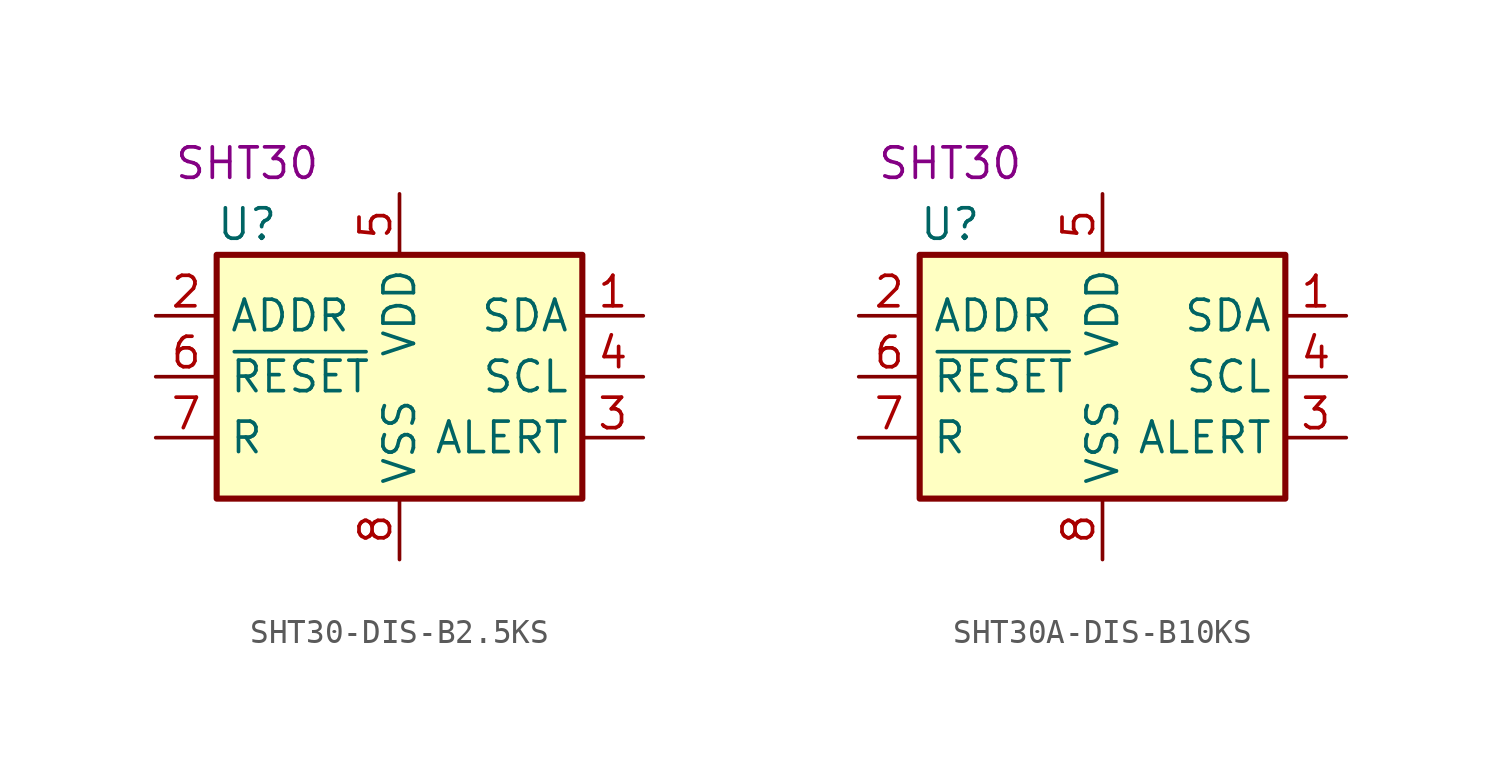
<source format=kicad_sym>
(kicad_symbol_lib
  (version 20231120)
  (generator "kicad_symbol_editor")
  (generator_version "8.0")
  (symbol "SHT30-DIS-B2.5KS"
    (property "Reference" "U"
      (at -6.35 6.35 0)
      (effects (font (size 1.27 1.27))))
    (property "UserValue" "SHT30"
      (at -6.35 8.89 0)
      (effects (font (size 1.27 1.27))))
    (symbol "SHT30-DIS-B2.5KS_0_1"
      (rectangle (start -7.62 5.08) (end 7.62 -5.08) (stroke (width 0.254) (type default)) (fill (type background))))
    (symbol "SHT30-DIS-B2.5KS_1_1"
      (pin bidirectional line (at 10.16 2.54 180) (length 2.54) (name "SDA" (effects (font (size 1.27 1.27)))) (number "1" (effects (font (size 1.27 1.27)))))
      (pin input line (at -10.16 2.54 0) (length 2.54) (name "ADDR" (effects (font (size 1.27 1.27)))) (number "2" (effects (font (size 1.27 1.27)))))
      (pin output line (at 10.16 -2.54 180) (length 2.54) (name "ALERT" (effects (font (size 1.27 1.27)))) (number "3" (effects (font (size 1.27 1.27)))))
      (pin input line (at 10.16 0 180) (length 2.54) (name "SCL" (effects (font (size 1.27 1.27)))) (number "4" (effects (font (size 1.27 1.27)))))
      (pin power_in line (at 0 7.62 270) (length 2.54) (name "VDD" (effects (font (size 1.27 1.27)))) (number "5" (effects (font (size 1.27 1.27)))))
      (pin input line (at -10.16 0 0) (length 2.54) (name "~{RESET}" (effects (font (size 1.27 1.27)))) (number "6" (effects (font (size 1.27 1.27)))))
      (pin passive line (at -10.16 -2.54 0) (length 2.54) (name "R" (effects (font (size 1.27 1.27)))) (number "7" (effects (font (size 1.27 1.27)))))
      (pin power_in line (at 0 -7.62 90) (length 2.54) (name "VSS" (effects (font (size 1.27 1.27)))) (number "8" (effects (font (size 1.27 1.27)))))
      (pin passive line (at 0 -7.62 90) (length 2.54) hide (name "VSS" (effects (font (size 1.27 1.27)))) (number "9" (effects (font (size 1.27 1.27)))))))
  (symbol "SHT30A-DIS-B10KS"
    (property "Reference" "U"
      (at -6.35 6.35 0)
      (effects (font (size 1.27 1.27))))
    (property "UserValue" "SHT30"
      (at -6.35 8.89 0)
      (effects (font (size 1.27 1.27))))
    (symbol "SHT30A-DIS-B10KS_0_1"
      (rectangle (start -7.62 5.08) (end 7.62 -5.08) (stroke (width 0.254) (type default)) (fill (type background))))
    (symbol "SHT30A-DIS-B10KS_1_1"
      (pin bidirectional line (at 10.16 2.54 180) (length 2.54) (name "SDA" (effects (font (size 1.27 1.27)))) (number "1" (effects (font (size 1.27 1.27)))))
      (pin input line (at -10.16 2.54 0) (length 2.54) (name "ADDR" (effects (font (size 1.27 1.27)))) (number "2" (effects (font (size 1.27 1.27)))))
      (pin output line (at 10.16 -2.54 180) (length 2.54) (name "ALERT" (effects (font (size 1.27 1.27)))) (number "3" (effects (font (size 1.27 1.27)))))
      (pin input line (at 10.16 0 180) (length 2.54) (name "SCL" (effects (font (size 1.27 1.27)))) (number "4" (effects (font (size 1.27 1.27)))))
      (pin power_in line (at 0 7.62 270) (length 2.54) (name "VDD" (effects (font (size 1.27 1.27)))) (number "5" (effects (font (size 1.27 1.27)))))
      (pin input line (at -10.16 0 0) (length 2.54) (name "~{RESET}" (effects (font (size 1.27 1.27)))) (number "6" (effects (font (size 1.27 1.27)))))
      (pin passive line (at -10.16 -2.54 0) (length 2.54) (name "R" (effects (font (size 1.27 1.27)))) (number "7" (effects (font (size 1.27 1.27)))))
      (pin power_in line (at 0 -7.62 90) (length 2.54) (name "VSS" (effects (font (size 1.27 1.27)))) (number "8" (effects (font (size 1.27 1.27)))))
      (pin passive line (at 0 -7.62 90) (length 2.54) hide (name "VSS" (effects (font (size 1.27 1.27)))) (number "9" (effects (font (size 1.27 1.27))))))))
</source>
